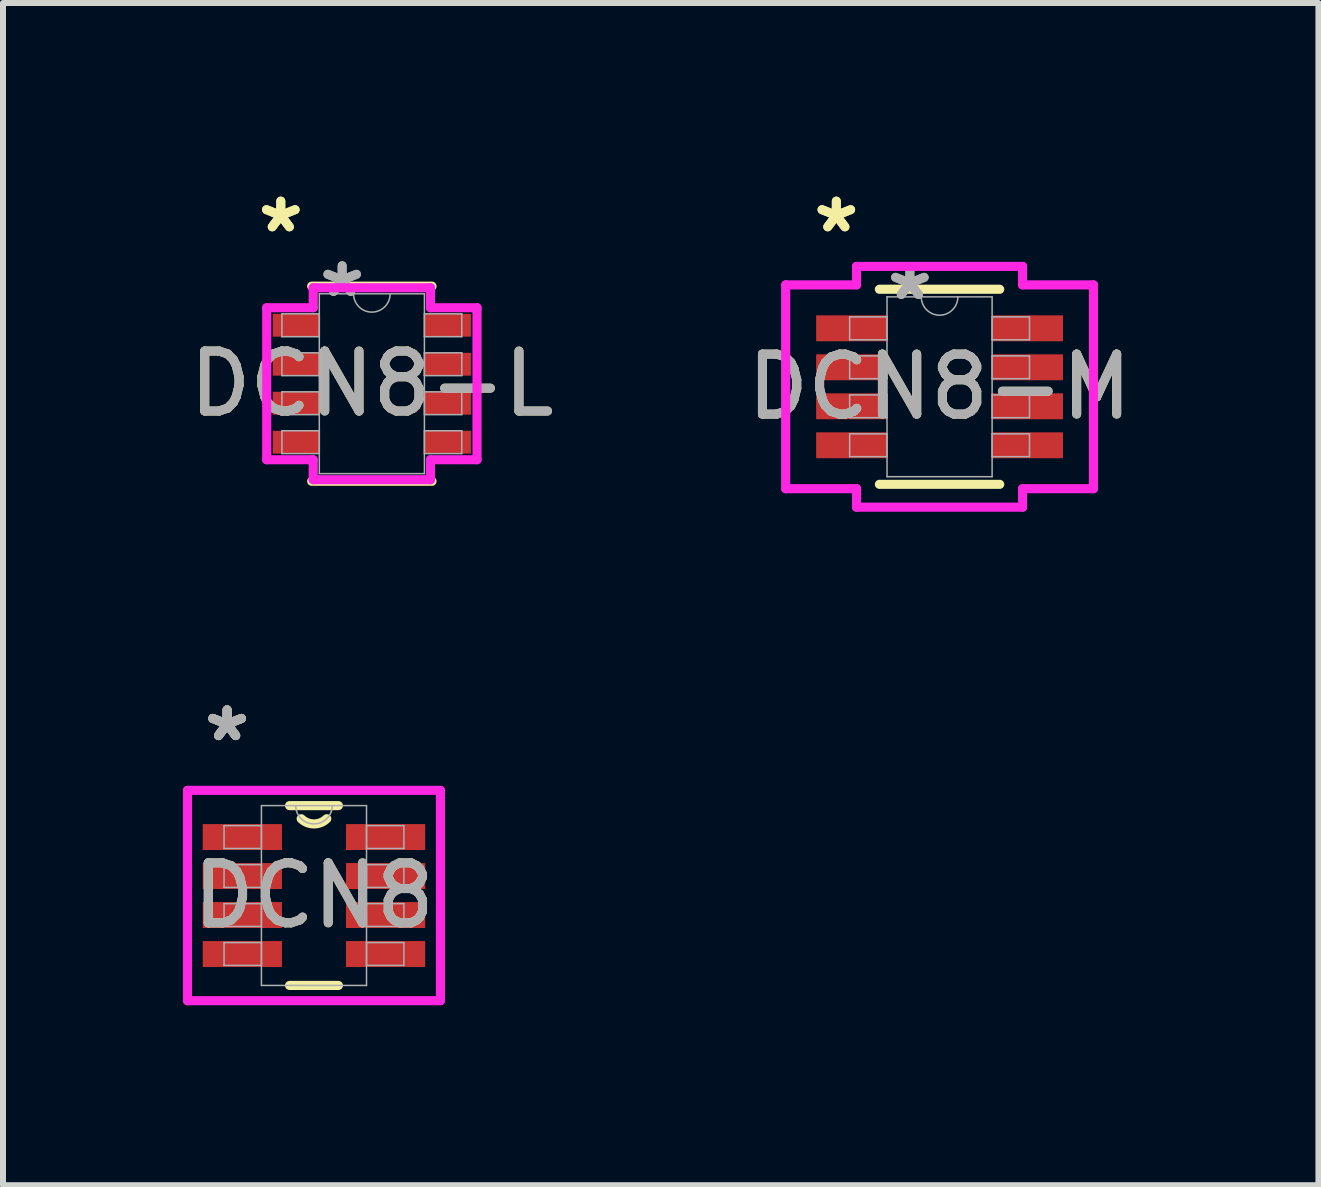
<source format=kicad_pcb>
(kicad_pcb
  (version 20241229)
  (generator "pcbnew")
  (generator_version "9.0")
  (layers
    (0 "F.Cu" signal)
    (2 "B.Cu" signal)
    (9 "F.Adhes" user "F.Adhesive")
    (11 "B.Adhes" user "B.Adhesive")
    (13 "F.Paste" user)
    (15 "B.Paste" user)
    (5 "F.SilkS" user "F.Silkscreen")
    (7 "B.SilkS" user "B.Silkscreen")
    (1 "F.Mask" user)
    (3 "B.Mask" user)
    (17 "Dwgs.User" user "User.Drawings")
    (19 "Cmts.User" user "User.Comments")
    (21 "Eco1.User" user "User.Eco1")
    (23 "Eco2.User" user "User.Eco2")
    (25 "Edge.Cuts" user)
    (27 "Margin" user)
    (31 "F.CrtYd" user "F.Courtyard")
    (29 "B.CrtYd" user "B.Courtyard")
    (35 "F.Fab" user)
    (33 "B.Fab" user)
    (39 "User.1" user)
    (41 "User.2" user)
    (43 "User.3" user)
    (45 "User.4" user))
  (footprint "DCN8-L"
    (layer "F.Cu")
    (at 3.149 3.347)
    (property "Reference" "DCN8-L" (at 0 0 0) (unlocked yes) (layer "F.SilkS") (effects (font (size 1 1) (thickness 0.15))))
    (attr smd)
    (fp_line (start -1.003 1.626) (end 1.003 1.626) (stroke (width 0.152) (type solid)) (layer "F.SilkS"))
    (fp_line (start 1.003 -1.626) (end -1.003 -1.626) (stroke (width 0.152) (type solid)) (layer "F.SilkS"))
    (fp_line (start -1.753 -1.267) (end -0.978 -1.267) (stroke (width 0.152) (type solid)) (layer "F.CrtYd"))
    (fp_line (start -1.753 1.267) (end -1.753 -1.267) (stroke (width 0.152) (type solid)) (layer "F.CrtYd"))
    (fp_line (start -1.753 1.267) (end -0.978 1.267) (stroke (width 0.152) (type solid)) (layer "F.CrtYd"))
    (fp_line (start -0.978 -1.6) (end 0.978 -1.6) (stroke (width 0.152) (type solid)) (layer "F.CrtYd"))
    (fp_line (start -0.978 -1.267) (end -0.978 -1.6) (stroke (width 0.152) (type solid)) (layer "F.CrtYd"))
    (fp_line (start -0.978 1.6) (end -0.978 1.267) (stroke (width 0.152) (type solid)) (layer "F.CrtYd"))
    (fp_line (start 0.978 -1.6) (end 0.978 -1.267) (stroke (width 0.152) (type solid)) (layer "F.CrtYd"))
    (fp_line (start 0.978 1.267) (end 0.978 1.6) (stroke (width 0.152) (type solid)) (layer "F.CrtYd"))
    (fp_line (start 0.978 1.6) (end -0.978 1.6) (stroke (width 0.152) (type solid)) (layer "F.CrtYd"))
    (fp_line (start 1.753 -1.267) (end 0.978 -1.267) (stroke (width 0.152) (type solid)) (layer "F.CrtYd"))
    (fp_line (start 1.753 -1.267) (end 1.753 1.267) (stroke (width 0.152) (type solid)) (layer "F.CrtYd"))
    (fp_line (start 1.753 1.267) (end 0.978 1.267) (stroke (width 0.152) (type solid)) (layer "F.CrtYd"))
    (fp_line (start -1.499 -1.165) (end -1.499 -0.784) (stroke (width 0.025) (type solid)) (layer "F.Fab"))
    (fp_line (start -1.499 -0.784) (end -0.876 -0.784) (stroke (width 0.025) (type solid)) (layer "F.Fab"))
    (fp_line (start -1.499 -0.515) (end -1.499 -0.135) (stroke (width 0.025) (type solid)) (layer "F.Fab"))
    (fp_line (start -1.499 -0.135) (end -0.876 -0.135) (stroke (width 0.025) (type solid)) (layer "F.Fab"))
    (fp_line (start -1.499 0.135) (end -1.499 0.515) (stroke (width 0.025) (type solid)) (layer "F.Fab"))
    (fp_line (start -1.499 0.515) (end -0.876 0.515) (stroke (width 0.025) (type solid)) (layer "F.Fab"))
    (fp_line (start -1.499 0.784) (end -1.499 1.165) (stroke (width 0.025) (type solid)) (layer "F.Fab"))
    (fp_line (start -1.499 1.165) (end -0.876 1.165) (stroke (width 0.025) (type solid)) (layer "F.Fab"))
    (fp_line (start -0.876 -1.499) (end -0.876 1.499) (stroke (width 0.025) (type solid)) (layer "F.Fab"))
    (fp_line (start -0.876 -1.165) (end -1.499 -1.165) (stroke (width 0.025) (type solid)) (layer "F.Fab"))
    (fp_line (start -0.876 -0.784) (end -0.876 -1.165) (stroke (width 0.025) (type solid)) (layer "F.Fab"))
    (fp_line (start -0.876 -0.515) (end -1.499 -0.515) (stroke (width 0.025) (type solid)) (layer "F.Fab"))
    (fp_line (start -0.876 -0.135) (end -0.876 -0.515) (stroke (width 0.025) (type solid)) (layer "F.Fab"))
    (fp_line (start -0.876 0.135) (end -1.499 0.135) (stroke (width 0.025) (type solid)) (layer "F.Fab"))
    (fp_line (start -0.876 0.515) (end -0.876 0.135) (stroke (width 0.025) (type solid)) (layer "F.Fab"))
    (fp_line (start -0.876 0.784) (end -1.499 0.784) (stroke (width 0.025) (type solid)) (layer "F.Fab"))
    (fp_line (start -0.876 1.165) (end -0.876 0.784) (stroke (width 0.025) (type solid)) (layer "F.Fab"))
    (fp_line (start -0.876 1.499) (end 0.876 1.499) (stroke (width 0.025) (type solid)) (layer "F.Fab"))
    (fp_line (start 0.876 -1.499) (end -0.876 -1.499) (stroke (width 0.025) (type solid)) (layer "F.Fab"))
    (fp_line (start 0.876 -1.165) (end 0.876 -0.784) (stroke (width 0.025) (type solid)) (layer "F.Fab"))
    (fp_line (start 0.876 -0.784) (end 1.499 -0.784) (stroke (width 0.025) (type solid)) (layer "F.Fab"))
    (fp_line (start 0.876 -0.515) (end 0.876 -0.135) (stroke (width 0.025) (type solid)) (layer "F.Fab"))
    (fp_line (start 0.876 -0.135) (end 1.499 -0.135) (stroke (width 0.025) (type solid)) (layer "F.Fab"))
    (fp_line (start 0.876 0.135) (end 0.876 0.515) (stroke (width 0.025) (type solid)) (layer "F.Fab"))
    (fp_line (start 0.876 0.515) (end 1.499 0.515) (stroke (width 0.025) (type solid)) (layer "F.Fab"))
    (fp_line (start 0.876 0.784) (end 0.876 1.165) (stroke (width 0.025) (type solid)) (layer "F.Fab"))
    (fp_line (start 0.876 1.165) (end 1.499 1.165) (stroke (width 0.025) (type solid)) (layer "F.Fab"))
    (fp_line (start 0.876 1.499) (end 0.876 -1.499) (stroke (width 0.025) (type solid)) (layer "F.Fab"))
    (fp_line (start 1.499 -1.165) (end 0.876 -1.165) (stroke (width 0.025) (type solid)) (layer "F.Fab"))
    (fp_line (start 1.499 -0.784) (end 1.499 -1.165) (stroke (width 0.025) (type solid)) (layer "F.Fab"))
    (fp_line (start 1.499 -0.515) (end 0.876 -0.515) (stroke (width 0.025) (type solid)) (layer "F.Fab"))
    (fp_line (start 1.499 -0.135) (end 1.499 -0.515) (stroke (width 0.025) (type solid)) (layer "F.Fab"))
    (fp_line (start 1.499 0.135) (end 0.876 0.135) (stroke (width 0.025) (type solid)) (layer "F.Fab"))
    (fp_line (start 1.499 0.515) (end 1.499 0.135) (stroke (width 0.025) (type solid)) (layer "F.Fab"))
    (fp_line (start 1.499 0.784) (end 0.876 0.784) (stroke (width 0.025) (type solid)) (layer "F.Fab"))
    (fp_line (start 1.499 1.165) (end 1.499 0.784) (stroke (width 0.025) (type solid)) (layer "F.Fab"))
    (fp_arc (start 0.3048 -1.4986) (mid 0 -1.1938) (end -0.3048 -1.4986) (stroke (width 0.0254) (type solid)) (layer "F.Fab"))
    (fp_text user "*" (at -1.518 -2.499 0) (unlocked yes) (layer "F.SilkS") (effects (font (size 1 1) (thickness 0.15))))
    (fp_text user "*" (at -1.518 -2.499 0) (layer "F.SilkS") (effects (font (size 1 1) (thickness 0.15))))
    (fp_text user "*" (at -0.495 -1.422 0) (layer "F.Fab") (effects (font (size 1 1) (thickness 0.15))))
    (fp_text user "*" (at -0.495 -1.422 0) (unlocked yes) (layer "F.Fab") (effects (font (size 1 1) (thickness 0.15))))
    (fp_text user "${REFERENCE}" (at 0 0 0) (unlocked yes) (layer "F.Fab") (effects (font (size 1 1) (thickness 0.15))))
    (pad "1" smd rect (at -1.264 -0.975) (size 0.775 0.381) (layers "F.Cu" "F.Mask" "F.Paste"))
    (pad "2" smd rect (at -1.264 -0.325) (size 0.775 0.381) (layers "F.Cu" "F.Mask" "F.Paste"))
    (pad "3" smd rect (at -1.264 0.325) (size 0.775 0.381) (layers "F.Cu" "F.Mask" "F.Paste"))
    (pad "4" smd rect (at -1.264 0.975) (size 0.775 0.381) (layers "F.Cu" "F.Mask" "F.Paste"))
    (pad "5" smd rect (at 1.264 0.975) (size 0.775 0.381) (layers "F.Cu" "F.Mask" "F.Paste"))
    (pad "6" smd rect (at 1.264 0.325) (size 0.775 0.381) (layers "F.Cu" "F.Mask" "F.Paste"))
    (pad "7" smd rect (at 1.264 -0.325) (size 0.775 0.381) (layers "F.Cu" "F.Mask" "F.Paste"))
    (pad "8" smd rect (at 1.264 -0.975) (size 0.775 0.381) (layers "F.Cu" "F.Mask" "F.Paste")))
  (footprint "DCN8-M"
    (layer "F.Cu")
    (at 12.613 3.398)
    (property "Reference" "DCN8-M" (at 0 0 0) (unlocked yes) (layer "F.SilkS") (effects (font (size 1 1) (thickness 0.15))))
    (attr smd)
    (fp_line (start -1.003 1.626) (end 1.003 1.626) (stroke (width 0.152) (type solid)) (layer "F.SilkS"))
    (fp_line (start 1.003 -1.626) (end -1.003 -1.626) (stroke (width 0.152) (type solid)) (layer "F.SilkS"))
    (fp_line (start -2.565 -1.699) (end -1.384 -1.699) (stroke (width 0.152) (type solid)) (layer "F.CrtYd"))
    (fp_line (start -2.565 1.699) (end -2.565 -1.699) (stroke (width 0.152) (type solid)) (layer "F.CrtYd"))
    (fp_line (start -2.565 1.699) (end -1.384 1.699) (stroke (width 0.152) (type solid)) (layer "F.CrtYd"))
    (fp_line (start -1.384 -2.007) (end 1.384 -2.007) (stroke (width 0.152) (type solid)) (layer "F.CrtYd"))
    (fp_line (start -1.384 -1.699) (end -1.384 -2.007) (stroke (width 0.152) (type solid)) (layer "F.CrtYd"))
    (fp_line (start -1.384 2.007) (end -1.384 1.699) (stroke (width 0.152) (type solid)) (layer "F.CrtYd"))
    (fp_line (start 1.384 -2.007) (end 1.384 -1.699) (stroke (width 0.152) (type solid)) (layer "F.CrtYd"))
    (fp_line (start 1.384 1.699) (end 1.384 2.007) (stroke (width 0.152) (type solid)) (layer "F.CrtYd"))
    (fp_line (start 1.384 2.007) (end -1.384 2.007) (stroke (width 0.152) (type solid)) (layer "F.CrtYd"))
    (fp_line (start 2.565 -1.699) (end 1.384 -1.699) (stroke (width 0.152) (type solid)) (layer "F.CrtYd"))
    (fp_line (start 2.565 -1.699) (end 2.565 1.699) (stroke (width 0.152) (type solid)) (layer "F.CrtYd"))
    (fp_line (start 2.565 1.699) (end 1.384 1.699) (stroke (width 0.152) (type solid)) (layer "F.CrtYd"))
    (fp_line (start -1.499 -1.165) (end -1.499 -0.784) (stroke (width 0.025) (type solid)) (layer "F.Fab"))
    (fp_line (start -1.499 -0.784) (end -0.876 -0.784) (stroke (width 0.025) (type solid)) (layer "F.Fab"))
    (fp_line (start -1.499 -0.515) (end -1.499 -0.135) (stroke (width 0.025) (type solid)) (layer "F.Fab"))
    (fp_line (start -1.499 -0.135) (end -0.876 -0.135) (stroke (width 0.025) (type solid)) (layer "F.Fab"))
    (fp_line (start -1.499 0.135) (end -1.499 0.515) (stroke (width 0.025) (type solid)) (layer "F.Fab"))
    (fp_line (start -1.499 0.515) (end -0.876 0.515) (stroke (width 0.025) (type solid)) (layer "F.Fab"))
    (fp_line (start -1.499 0.784) (end -1.499 1.165) (stroke (width 0.025) (type solid)) (layer "F.Fab"))
    (fp_line (start -1.499 1.165) (end -0.876 1.165) (stroke (width 0.025) (type solid)) (layer "F.Fab"))
    (fp_line (start -0.876 -1.499) (end -0.876 1.499) (stroke (width 0.025) (type solid)) (layer "F.Fab"))
    (fp_line (start -0.876 -1.165) (end -1.499 -1.165) (stroke (width 0.025) (type solid)) (layer "F.Fab"))
    (fp_line (start -0.876 -0.784) (end -0.876 -1.165) (stroke (width 0.025) (type solid)) (layer "F.Fab"))
    (fp_line (start -0.876 -0.515) (end -1.499 -0.515) (stroke (width 0.025) (type solid)) (layer "F.Fab"))
    (fp_line (start -0.876 -0.135) (end -0.876 -0.515) (stroke (width 0.025) (type solid)) (layer "F.Fab"))
    (fp_line (start -0.876 0.135) (end -1.499 0.135) (stroke (width 0.025) (type solid)) (layer "F.Fab"))
    (fp_line (start -0.876 0.515) (end -0.876 0.135) (stroke (width 0.025) (type solid)) (layer "F.Fab"))
    (fp_line (start -0.876 0.784) (end -1.499 0.784) (stroke (width 0.025) (type solid)) (layer "F.Fab"))
    (fp_line (start -0.876 1.165) (end -0.876 0.784) (stroke (width 0.025) (type solid)) (layer "F.Fab"))
    (fp_line (start -0.876 1.499) (end 0.876 1.499) (stroke (width 0.025) (type solid)) (layer "F.Fab"))
    (fp_line (start 0.876 -1.499) (end -0.876 -1.499) (stroke (width 0.025) (type solid)) (layer "F.Fab"))
    (fp_line (start 0.876 -1.165) (end 0.876 -0.784) (stroke (width 0.025) (type solid)) (layer "F.Fab"))
    (fp_line (start 0.876 -0.784) (end 1.499 -0.784) (stroke (width 0.025) (type solid)) (layer "F.Fab"))
    (fp_line (start 0.876 -0.515) (end 0.876 -0.135) (stroke (width 0.025) (type solid)) (layer "F.Fab"))
    (fp_line (start 0.876 -0.135) (end 1.499 -0.135) (stroke (width 0.025) (type solid)) (layer "F.Fab"))
    (fp_line (start 0.876 0.135) (end 0.876 0.515) (stroke (width 0.025) (type solid)) (layer "F.Fab"))
    (fp_line (start 0.876 0.515) (end 1.499 0.515) (stroke (width 0.025) (type solid)) (layer "F.Fab"))
    (fp_line (start 0.876 0.784) (end 0.876 1.165) (stroke (width 0.025) (type solid)) (layer "F.Fab"))
    (fp_line (start 0.876 1.165) (end 1.499 1.165) (stroke (width 0.025) (type solid)) (layer "F.Fab"))
    (fp_line (start 0.876 1.499) (end 0.876 -1.499) (stroke (width 0.025) (type solid)) (layer "F.Fab"))
    (fp_line (start 1.499 -1.165) (end 0.876 -1.165) (stroke (width 0.025) (type solid)) (layer "F.Fab"))
    (fp_line (start 1.499 -0.784) (end 1.499 -1.165) (stroke (width 0.025) (type solid)) (layer "F.Fab"))
    (fp_line (start 1.499 -0.515) (end 0.876 -0.515) (stroke (width 0.025) (type solid)) (layer "F.Fab"))
    (fp_line (start 1.499 -0.135) (end 1.499 -0.515) (stroke (width 0.025) (type solid)) (layer "F.Fab"))
    (fp_line (start 1.499 0.135) (end 0.876 0.135) (stroke (width 0.025) (type solid)) (layer "F.Fab"))
    (fp_line (start 1.499 0.515) (end 1.499 0.135) (stroke (width 0.025) (type solid)) (layer "F.Fab"))
    (fp_line (start 1.499 0.784) (end 0.876 0.784) (stroke (width 0.025) (type solid)) (layer "F.Fab"))
    (fp_line (start 1.499 1.165) (end 1.499 0.784) (stroke (width 0.025) (type solid)) (layer "F.Fab"))
    (fp_arc (start 0.3048 -1.4986) (mid 0 -1.1938) (end -0.3048 -1.4986) (stroke (width 0.0254) (type solid)) (layer "F.Fab"))
    (fp_text user "*" (at -1.721 -2.55 0) (layer "F.SilkS") (effects (font (size 1 1) (thickness 0.15))))
    (fp_text user "*" (at -1.721 -2.55 0) (unlocked yes) (layer "F.SilkS") (effects (font (size 1 1) (thickness 0.15))))
    (fp_text user "${REFERENCE}" (at 0 0 0) (unlocked yes) (layer "F.Fab") (effects (font (size 1 1) (thickness 0.15))))
    (fp_text user "*" (at -0.495 -1.422 0) (layer "F.Fab") (effects (font (size 1 1) (thickness 0.15))))
    (fp_text user "*" (at -0.495 -1.422 0) (unlocked yes) (layer "F.Fab") (effects (font (size 1 1) (thickness 0.15))))
    (pad "1" smd rect (at -1.467 -0.975) (size 1.181 0.432) (layers "F.Cu" "F.Mask" "F.Paste"))
    (pad "2" smd rect (at -1.467 -0.325) (size 1.181 0.432) (layers "F.Cu" "F.Mask" "F.Paste"))
    (pad "3" smd rect (at -1.467 0.325) (size 1.181 0.432) (layers "F.Cu" "F.Mask" "F.Paste"))
    (pad "4" smd rect (at -1.467 0.975) (size 1.181 0.432) (layers "F.Cu" "F.Mask" "F.Paste"))
    (pad "5" smd rect (at 1.467 0.975) (size 1.181 0.432) (layers "F.Cu" "F.Mask" "F.Paste"))
    (pad "6" smd rect (at 1.467 0.325) (size 1.181 0.432) (layers "F.Cu" "F.Mask" "F.Paste"))
    (pad "7" smd rect (at 1.467 -0.325) (size 1.181 0.432) (layers "F.Cu" "F.Mask" "F.Paste"))
    (pad "8" smd rect (at 1.467 -0.975) (size 1.181 0.432) (layers "F.Cu" "F.Mask" "F.Paste")))
  (footprint "DCN8"
    (layer "F.Cu")
    (at 2.184 11.879)
    (property "Reference" "DCN8" (at 0 0 0) (unlocked yes) (layer "F.SilkS") (effects (font (size 1 1) (thickness 0.15))))
    (attr smd)
    (fp_line (start -0.407 1.499) (end 0.407 1.499) (stroke (width 0.152) (type solid)) (layer "F.SilkS"))
    (fp_line (start 0.407 -1.499) (end -0.407 -1.499) (stroke (width 0.152) (type solid)) (layer "F.SilkS"))
    (fp_arc (start 0.212962 -1.28054) (mid 0 -1.1938) (end -0.212962 -1.28054) (stroke (width 0.1524) (type solid)) (layer "F.SilkS"))
    (fp_line (start -2.108 -1.753) (end 2.108 -1.753) (stroke (width 0.152) (type solid)) (layer "F.CrtYd"))
    (fp_line (start -2.108 1.753) (end -2.108 -1.753) (stroke (width 0.152) (type solid)) (layer "F.CrtYd"))
    (fp_line (start 2.108 -1.753) (end 2.108 1.753) (stroke (width 0.152) (type solid)) (layer "F.CrtYd"))
    (fp_line (start 2.108 1.753) (end -2.108 1.753) (stroke (width 0.152) (type solid)) (layer "F.CrtYd"))
    (fp_line (start -1.499 -1.165) (end -1.499 -0.784) (stroke (width 0.025) (type solid)) (layer "F.Fab"))
    (fp_line (start -1.499 -0.784) (end -0.876 -0.784) (stroke (width 0.025) (type solid)) (layer "F.Fab"))
    (fp_line (start -1.499 -0.515) (end -1.499 -0.135) (stroke (width 0.025) (type solid)) (layer "F.Fab"))
    (fp_line (start -1.499 -0.135) (end -0.876 -0.135) (stroke (width 0.025) (type solid)) (layer "F.Fab"))
    (fp_line (start -1.499 0.135) (end -1.499 0.515) (stroke (width 0.025) (type solid)) (layer "F.Fab"))
    (fp_line (start -1.499 0.515) (end -0.876 0.515) (stroke (width 0.025) (type solid)) (layer "F.Fab"))
    (fp_line (start -1.499 0.784) (end -1.499 1.165) (stroke (width 0.025) (type solid)) (layer "F.Fab"))
    (fp_line (start -1.499 1.165) (end -0.876 1.165) (stroke (width 0.025) (type solid)) (layer "F.Fab"))
    (fp_line (start -0.876 -1.499) (end -0.876 1.499) (stroke (width 0.025) (type solid)) (layer "F.Fab"))
    (fp_line (start -0.876 -1.165) (end -1.499 -1.165) (stroke (width 0.025) (type solid)) (layer "F.Fab"))
    (fp_line (start -0.876 -0.784) (end -0.876 -1.165) (stroke (width 0.025) (type solid)) (layer "F.Fab"))
    (fp_line (start -0.876 -0.515) (end -1.499 -0.515) (stroke (width 0.025) (type solid)) (layer "F.Fab"))
    (fp_line (start -0.876 -0.135) (end -0.876 -0.515) (stroke (width 0.025) (type solid)) (layer "F.Fab"))
    (fp_line (start -0.876 0.135) (end -1.499 0.135) (stroke (width 0.025) (type solid)) (layer "F.Fab"))
    (fp_line (start -0.876 0.515) (end -0.876 0.135) (stroke (width 0.025) (type solid)) (layer "F.Fab"))
    (fp_line (start -0.876 0.784) (end -1.499 0.784) (stroke (width 0.025) (type solid)) (layer "F.Fab"))
    (fp_line (start -0.876 1.165) (end -0.876 0.784) (stroke (width 0.025) (type solid)) (layer "F.Fab"))
    (fp_line (start -0.876 1.499) (end 0.876 1.499) (stroke (width 0.025) (type solid)) (layer "F.Fab"))
    (fp_line (start 0.876 -1.499) (end -0.876 -1.499) (stroke (width 0.025) (type solid)) (layer "F.Fab"))
    (fp_line (start 0.876 -1.165) (end 0.876 -0.784) (stroke (width 0.025) (type solid)) (layer "F.Fab"))
    (fp_line (start 0.876 -0.784) (end 1.499 -0.784) (stroke (width 0.025) (type solid)) (layer "F.Fab"))
    (fp_line (start 0.876 -0.515) (end 0.876 -0.135) (stroke (width 0.025) (type solid)) (layer "F.Fab"))
    (fp_line (start 0.876 -0.135) (end 1.499 -0.135) (stroke (width 0.025) (type solid)) (layer "F.Fab"))
    (fp_line (start 0.876 0.135) (end 0.876 0.515) (stroke (width 0.025) (type solid)) (layer "F.Fab"))
    (fp_line (start 0.876 0.515) (end 1.499 0.515) (stroke (width 0.025) (type solid)) (layer "F.Fab"))
    (fp_line (start 0.876 0.784) (end 0.876 1.165) (stroke (width 0.025) (type solid)) (layer "F.Fab"))
    (fp_line (start 0.876 1.165) (end 1.499 1.165) (stroke (width 0.025) (type solid)) (layer "F.Fab"))
    (fp_line (start 0.876 1.499) (end 0.876 -1.499) (stroke (width 0.025) (type solid)) (layer "F.Fab"))
    (fp_line (start 1.499 -1.165) (end 0.876 -1.165) (stroke (width 0.025) (type solid)) (layer "F.Fab"))
    (fp_line (start 1.499 -0.784) (end 1.499 -1.165) (stroke (width 0.025) (type solid)) (layer "F.Fab"))
    (fp_line (start 1.499 -0.515) (end 0.876 -0.515) (stroke (width 0.025) (type solid)) (layer "F.Fab"))
    (fp_line (start 1.499 -0.135) (end 1.499 -0.515) (stroke (width 0.025) (type solid)) (layer "F.Fab"))
    (fp_line (start 1.499 0.135) (end 0.876 0.135) (stroke (width 0.025) (type solid)) (layer "F.Fab"))
    (fp_line (start 1.499 0.515) (end 1.499 0.135) (stroke (width 0.025) (type solid)) (layer "F.Fab"))
    (fp_line (start 1.499 0.784) (end 0.876 0.784) (stroke (width 0.025) (type solid)) (layer "F.Fab"))
    (fp_line (start 1.499 1.165) (end 1.499 0.784) (stroke (width 0.025) (type solid)) (layer "F.Fab"))
    (fp_arc (start 0.3048 -1.4986) (mid 0 -1.1938) (end -0.3048 -1.4986) (stroke (width 0.0254) (type solid)) (layer "F.Fab"))
    (fp_text user "*" (at -1.448 -2.55 0) (unlocked yes) (layer "F.SilkS") (effects (font (size 1 1) (thickness 0.15))))
    (fp_text user "*" (at -1.448 -2.55 0) (layer "F.SilkS") (effects (font (size 1 1) (thickness 0.15))))
    (fp_text user "${REFERENCE}" (at 0 0 0) (unlocked yes) (layer "F.Fab") (effects (font (size 1 1) (thickness 0.15))))
    (fp_text user "*" (at -1.448 -2.55 0) (layer "F.Fab") (effects (font (size 1 1) (thickness 0.15))))
    (fp_text user "*" (at -1.448 -2.55 0) (unlocked yes) (layer "F.Fab") (effects (font (size 1 1) (thickness 0.15))))
    (pad "1" smd rect (at -1.194 -0.975) (size 1.321 0.432) (layers "F.Cu" "F.Mask" "F.Paste"))
    (pad "2" smd rect (at -1.194 -0.325) (size 1.321 0.432) (layers "F.Cu" "F.Mask" "F.Paste"))
    (pad "3" smd rect (at -1.194 0.325) (size 1.321 0.432) (layers "F.Cu" "F.Mask" "F.Paste"))
    (pad "4" smd rect (at -1.194 0.975) (size 1.321 0.432) (layers "F.Cu" "F.Mask" "F.Paste"))
    (pad "5" smd rect (at 1.194 0.975) (size 1.321 0.432) (layers "F.Cu" "F.Mask" "F.Paste"))
    (pad "6" smd rect (at 1.194 0.325) (size 1.321 0.432) (layers "F.Cu" "F.Mask" "F.Paste"))
    (pad "7" smd rect (at 1.194 -0.325) (size 1.321 0.432) (layers "F.Cu" "F.Mask" "F.Paste"))
    (pad "8" smd rect (at 1.194 -0.975) (size 1.321 0.432) (layers "F.Cu" "F.Mask" "F.Paste")))
  (gr_rect
    (start -3 -3)
    (end 18.929 16.708)
    (stroke (width 0.1) (type default))
    (fill no)
    (layer "Edge.Cuts")))
</source>
